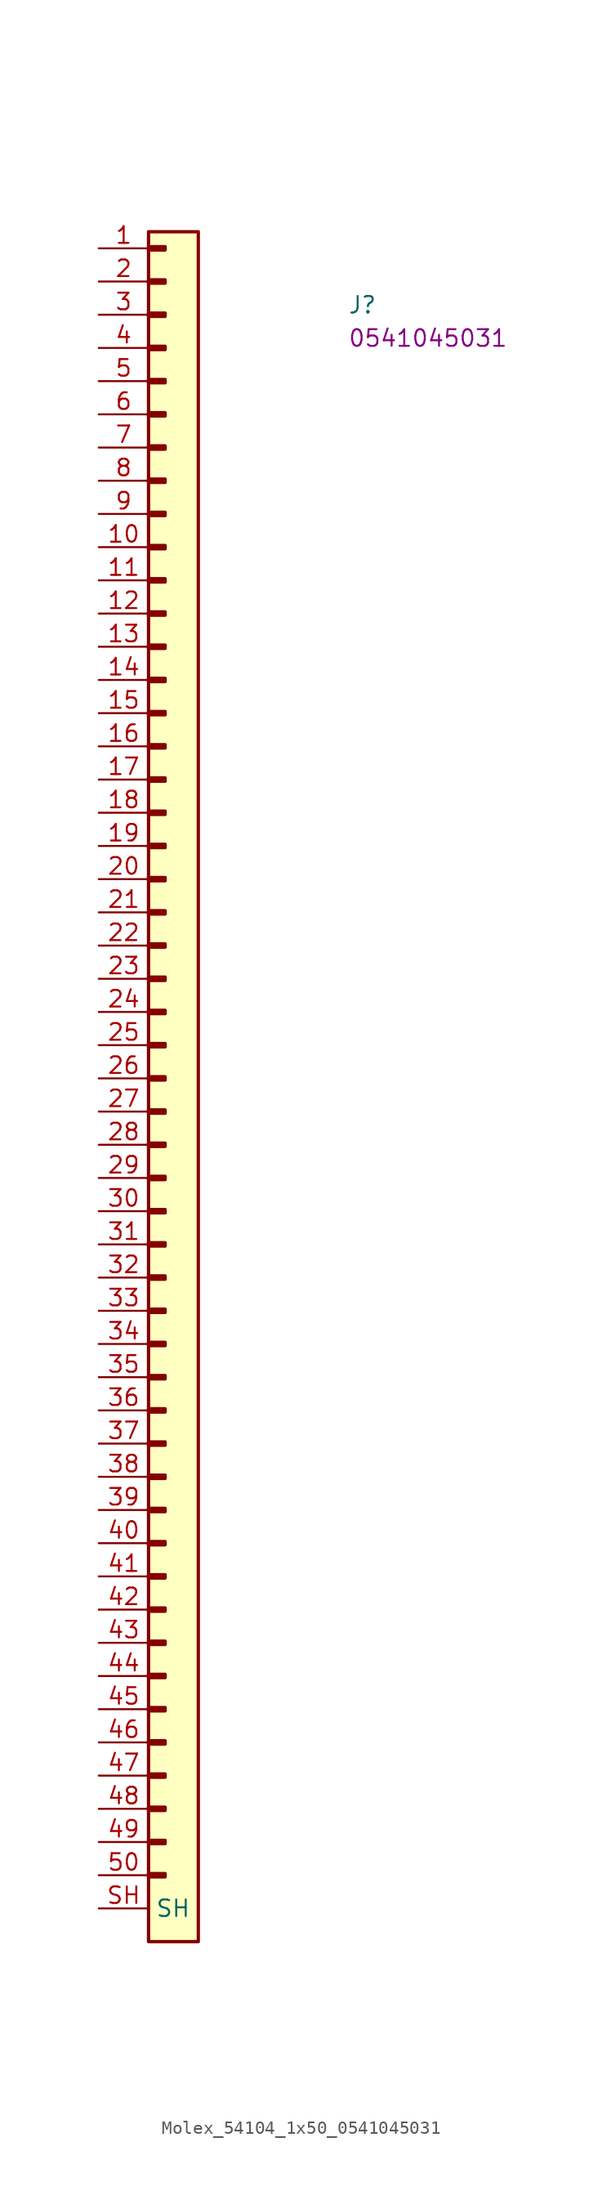
<source format=kicad_sym>
(kicad_symbol_lib
  (version 20220914)
  (generator kicad_symbol_editor)
  (symbol "Molex_54104_1x50_0541045031"
    (property "Reference" "J"
      (at 19.05 -5.08 0)
      (effects (font (size 1.27 1.27) (thickness 0.15)) (justify left bottom)))
    (property "MPN" "0541045031"
      (at 19.05 -7.62 0)
      (effects (font (size 1.27 1.27) (thickness 0.15)) (justify left bottom)))
    (symbol "Molex_54104_1x50_0541045031_1_1"
      (rectangle (start 3.81 -124.333) (end 5.08 -124.587) (stroke (width 0.254) (type default)) (fill (type background)))
      (rectangle (start 3.81 -121.793) (end 5.08 -122.047) (stroke (width 0.254) (type default)) (fill (type background)))
      (rectangle (start 3.81 -119.253) (end 5.08 -119.507) (stroke (width 0.254) (type default)) (fill (type background)))
      (rectangle (start 3.81 -116.713) (end 5.08 -116.967) (stroke (width 0.254) (type default)) (fill (type background)))
      (rectangle (start 3.81 -114.173) (end 5.08 -114.427) (stroke (width 0.254) (type default)) (fill (type background)))
      (rectangle (start 3.81 -111.633) (end 5.08 -111.887) (stroke (width 0.254) (type default)) (fill (type background)))
      (rectangle (start 3.81 -109.093) (end 5.08 -109.347) (stroke (width 0.254) (type default)) (fill (type background)))
      (rectangle (start 3.81 -106.553) (end 5.08 -106.807) (stroke (width 0.254) (type default)) (fill (type background)))
      (rectangle (start 3.81 -104.013) (end 5.08 -104.267) (stroke (width 0.254) (type default)) (fill (type background)))
      (rectangle (start 3.81 -101.473) (end 5.08 -101.727) (stroke (width 0.254) (type default)) (fill (type background)))
      (rectangle (start 3.81 -98.933) (end 5.08 -99.187) (stroke (width 0.254) (type default)) (fill (type background)))
      (rectangle (start 3.81 -96.393) (end 5.08 -96.647) (stroke (width 0.254) (type default)) (fill (type background)))
      (rectangle (start 3.81 -93.853) (end 5.08 -94.107) (stroke (width 0.254) (type default)) (fill (type background)))
      (rectangle (start 3.81 -91.313) (end 5.08 -91.567) (stroke (width 0.254) (type default)) (fill (type background)))
      (rectangle (start 3.81 -88.773) (end 5.08 -89.027) (stroke (width 0.254) (type default)) (fill (type background)))
      (rectangle (start 3.81 -86.233) (end 5.08 -86.487) (stroke (width 0.254) (type default)) (fill (type background)))
      (rectangle (start 3.81 -83.693) (end 5.08 -83.947) (stroke (width 0.254) (type default)) (fill (type background)))
      (rectangle (start 3.81 -81.153) (end 5.08 -81.407) (stroke (width 0.254) (type default)) (fill (type background)))
      (rectangle (start 3.81 -78.613) (end 5.08 -78.867) (stroke (width 0.254) (type default)) (fill (type background)))
      (rectangle (start 3.81 -76.073) (end 5.08 -76.327) (stroke (width 0.254) (type default)) (fill (type background)))
      (rectangle (start 3.81 -73.533) (end 5.08 -73.787) (stroke (width 0.254) (type default)) (fill (type background)))
      (rectangle (start 3.81 -70.993) (end 5.08 -71.247) (stroke (width 0.254) (type default)) (fill (type background)))
      (rectangle (start 3.81 -68.453) (end 5.08 -68.707) (stroke (width 0.254) (type default)) (fill (type background)))
      (rectangle (start 3.81 -65.913) (end 5.08 -66.167) (stroke (width 0.254) (type default)) (fill (type background)))
      (rectangle (start 3.81 -63.373) (end 5.08 -63.627) (stroke (width 0.254) (type default)) (fill (type background)))
      (rectangle (start 3.81 -60.833) (end 5.08 -61.087) (stroke (width 0.254) (type default)) (fill (type background)))
      (rectangle (start 3.81 -58.293) (end 5.08 -58.547) (stroke (width 0.254) (type default)) (fill (type background)))
      (rectangle (start 3.81 -55.753) (end 5.08 -56.007) (stroke (width 0.254) (type default)) (fill (type background)))
      (rectangle (start 3.81 -53.213) (end 5.08 -53.467) (stroke (width 0.254) (type default)) (fill (type background)))
      (rectangle (start 3.81 -50.673) (end 5.08 -50.927) (stroke (width 0.254) (type default)) (fill (type background)))
      (rectangle (start 3.81 -48.133) (end 5.08 -48.387) (stroke (width 0.254) (type default)) (fill (type background)))
      (rectangle (start 3.81 -45.593) (end 5.08 -45.847) (stroke (width 0.254) (type default)) (fill (type background)))
      (rectangle (start 3.81 -43.053) (end 5.08 -43.307) (stroke (width 0.254) (type default)) (fill (type background)))
      (rectangle (start 3.81 -40.513) (end 5.08 -40.767) (stroke (width 0.254) (type default)) (fill (type background)))
      (rectangle (start 3.81 -37.973) (end 5.08 -38.227) (stroke (width 0.254) (type default)) (fill (type background)))
      (rectangle (start 3.81 -35.433) (end 5.08 -35.687) (stroke (width 0.254) (type default)) (fill (type background)))
      (rectangle (start 3.81 -32.893) (end 5.08 -33.147) (stroke (width 0.254) (type default)) (fill (type background)))
      (rectangle (start 3.81 -30.353) (end 5.08 -30.607) (stroke (width 0.254) (type default)) (fill (type background)))
      (rectangle (start 3.81 -27.813) (end 5.08 -28.067) (stroke (width 0.254) (type default)) (fill (type background)))
      (rectangle (start 3.81 -25.273) (end 5.08 -25.527) (stroke (width 0.254) (type default)) (fill (type background)))
      (rectangle (start 3.81 -22.733) (end 5.08 -22.987) (stroke (width 0.254) (type default)) (fill (type background)))
      (rectangle (start 3.81 -20.193) (end 5.08 -20.447) (stroke (width 0.254) (type default)) (fill (type background)))
      (rectangle (start 3.81 -17.653) (end 5.08 -17.907) (stroke (width 0.254) (type default)) (fill (type background)))
      (rectangle (start 3.81 -15.113) (end 5.08 -15.367) (stroke (width 0.254) (type default)) (fill (type background)))
      (rectangle (start 3.81 -12.573) (end 5.08 -12.827) (stroke (width 0.254) (type default)) (fill (type background)))
      (rectangle (start 3.81 -10.033) (end 5.08 -10.287) (stroke (width 0.254) (type default)) (fill (type background)))
      (rectangle (start 3.81 -7.493) (end 5.08 -7.747) (stroke (width 0.254) (type default)) (fill (type background)))
      (rectangle (start 3.81 -4.953) (end 5.08 -5.207) (stroke (width 0.254) (type default)) (fill (type background)))
      (rectangle (start 3.81 -2.413) (end 5.08 -2.667) (stroke (width 0.254) (type default)) (fill (type background)))
      (rectangle (start 3.81 0.127) (end 5.08 -0.127) (stroke (width 0.254) (type default)) (fill (type background)))
      (rectangle (start 3.81 1.27) (end 7.62 -129.54) (stroke (width 0.254) (type default)) (fill (type background)))
      (pin passive line (at 0 0 0) (length 3.81) (name "~" (effects (font (size 1.27 1.27)))) (number "1" (effects (font (size 1.27 1.27)))))
      (pin passive line (at 0 -22.86 0) (length 3.81) (name "~" (effects (font (size 1.27 1.27)))) (number "10" (effects (font (size 1.27 1.27)))))
      (pin passive line (at 0 -25.4 0) (length 3.81) (name "~" (effects (font (size 1.27 1.27)))) (number "11" (effects (font (size 1.27 1.27)))))
      (pin passive line (at 0 -27.94 0) (length 3.81) (name "~" (effects (font (size 1.27 1.27)))) (number "12" (effects (font (size 1.27 1.27)))))
      (pin passive line (at 0 -30.48 0) (length 3.81) (name "~" (effects (font (size 1.27 1.27)))) (number "13" (effects (font (size 1.27 1.27)))))
      (pin passive line (at 0 -33.02 0) (length 3.81) (name "~" (effects (font (size 1.27 1.27)))) (number "14" (effects (font (size 1.27 1.27)))))
      (pin passive line (at 0 -35.56 0) (length 3.81) (name "~" (effects (font (size 1.27 1.27)))) (number "15" (effects (font (size 1.27 1.27)))))
      (pin passive line (at 0 -38.1 0) (length 3.81) (name "~" (effects (font (size 1.27 1.27)))) (number "16" (effects (font (size 1.27 1.27)))))
      (pin passive line (at 0 -40.64 0) (length 3.81) (name "~" (effects (font (size 1.27 1.27)))) (number "17" (effects (font (size 1.27 1.27)))))
      (pin passive line (at 0 -43.18 0) (length 3.81) (name "~" (effects (font (size 1.27 1.27)))) (number "18" (effects (font (size 1.27 1.27)))))
      (pin passive line (at 0 -45.72 0) (length 3.81) (name "~" (effects (font (size 1.27 1.27)))) (number "19" (effects (font (size 1.27 1.27)))))
      (pin passive line (at 0 -2.54 0) (length 3.81) (name "~" (effects (font (size 1.27 1.27)))) (number "2" (effects (font (size 1.27 1.27)))))
      (pin passive line (at 0 -48.26 0) (length 3.81) (name "~" (effects (font (size 1.27 1.27)))) (number "20" (effects (font (size 1.27 1.27)))))
      (pin passive line (at 0 -50.8 0) (length 3.81) (name "~" (effects (font (size 1.27 1.27)))) (number "21" (effects (font (size 1.27 1.27)))))
      (pin passive line (at 0 -53.34 0) (length 3.81) (name "~" (effects (font (size 1.27 1.27)))) (number "22" (effects (font (size 1.27 1.27)))))
      (pin passive line (at 0 -55.88 0) (length 3.81) (name "~" (effects (font (size 1.27 1.27)))) (number "23" (effects (font (size 1.27 1.27)))))
      (pin passive line (at 0 -58.42 0) (length 3.81) (name "~" (effects (font (size 1.27 1.27)))) (number "24" (effects (font (size 1.27 1.27)))))
      (pin passive line (at 0 -60.96 0) (length 3.81) (name "~" (effects (font (size 1.27 1.27)))) (number "25" (effects (font (size 1.27 1.27)))))
      (pin passive line (at 0 -63.5 0) (length 3.81) (name "~" (effects (font (size 1.27 1.27)))) (number "26" (effects (font (size 1.27 1.27)))))
      (pin passive line (at 0 -66.04 0) (length 3.81) (name "~" (effects (font (size 1.27 1.27)))) (number "27" (effects (font (size 1.27 1.27)))))
      (pin passive line (at 0 -68.58 0) (length 3.81) (name "~" (effects (font (size 1.27 1.27)))) (number "28" (effects (font (size 1.27 1.27)))))
      (pin passive line (at 0 -71.12 0) (length 3.81) (name "~" (effects (font (size 1.27 1.27)))) (number "29" (effects (font (size 1.27 1.27)))))
      (pin passive line (at 0 -5.08 0) (length 3.81) (name "~" (effects (font (size 1.27 1.27)))) (number "3" (effects (font (size 1.27 1.27)))))
      (pin passive line (at 0 -73.66 0) (length 3.81) (name "~" (effects (font (size 1.27 1.27)))) (number "30" (effects (font (size 1.27 1.27)))))
      (pin passive line (at 0 -76.2 0) (length 3.81) (name "~" (effects (font (size 1.27 1.27)))) (number "31" (effects (font (size 1.27 1.27)))))
      (pin passive line (at 0 -78.74 0) (length 3.81) (name "~" (effects (font (size 1.27 1.27)))) (number "32" (effects (font (size 1.27 1.27)))))
      (pin passive line (at 0 -81.28 0) (length 3.81) (name "~" (effects (font (size 1.27 1.27)))) (number "33" (effects (font (size 1.27 1.27)))))
      (pin passive line (at 0 -83.82 0) (length 3.81) (name "~" (effects (font (size 1.27 1.27)))) (number "34" (effects (font (size 1.27 1.27)))))
      (pin passive line (at 0 -86.36 0) (length 3.81) (name "~" (effects (font (size 1.27 1.27)))) (number "35" (effects (font (size 1.27 1.27)))))
      (pin passive line (at 0 -88.9 0) (length 3.81) (name "~" (effects (font (size 1.27 1.27)))) (number "36" (effects (font (size 1.27 1.27)))))
      (pin passive line (at 0 -91.44 0) (length 3.81) (name "~" (effects (font (size 1.27 1.27)))) (number "37" (effects (font (size 1.27 1.27)))))
      (pin passive line (at 0 -93.98 0) (length 3.81) (name "~" (effects (font (size 1.27 1.27)))) (number "38" (effects (font (size 1.27 1.27)))))
      (pin passive line (at 0 -96.52 0) (length 3.81) (name "~" (effects (font (size 1.27 1.27)))) (number "39" (effects (font (size 1.27 1.27)))))
      (pin passive line (at 0 -7.62 0) (length 3.81) (name "~" (effects (font (size 1.27 1.27)))) (number "4" (effects (font (size 1.27 1.27)))))
      (pin passive line (at 0 -99.06 0) (length 3.81) (name "~" (effects (font (size 1.27 1.27)))) (number "40" (effects (font (size 1.27 1.27)))))
      (pin passive line (at 0 -101.6 0) (length 3.81) (name "~" (effects (font (size 1.27 1.27)))) (number "41" (effects (font (size 1.27 1.27)))))
      (pin passive line (at 0 -104.14 0) (length 3.81) (name "~" (effects (font (size 1.27 1.27)))) (number "42" (effects (font (size 1.27 1.27)))))
      (pin passive line (at 0 -106.68 0) (length 3.81) (name "~" (effects (font (size 1.27 1.27)))) (number "43" (effects (font (size 1.27 1.27)))))
      (pin passive line (at 0 -109.22 0) (length 3.81) (name "~" (effects (font (size 1.27 1.27)))) (number "44" (effects (font (size 1.27 1.27)))))
      (pin passive line (at 0 -111.76 0) (length 3.81) (name "~" (effects (font (size 1.27 1.27)))) (number "45" (effects (font (size 1.27 1.27)))))
      (pin passive line (at 0 -114.3 0) (length 3.81) (name "~" (effects (font (size 1.27 1.27)))) (number "46" (effects (font (size 1.27 1.27)))))
      (pin passive line (at 0 -116.84 0) (length 3.81) (name "~" (effects (font (size 1.27 1.27)))) (number "47" (effects (font (size 1.27 1.27)))))
      (pin passive line (at 0 -119.38 0) (length 3.81) (name "~" (effects (font (size 1.27 1.27)))) (number "48" (effects (font (size 1.27 1.27)))))
      (pin passive line (at 0 -121.92 0) (length 3.81) (name "~" (effects (font (size 1.27 1.27)))) (number "49" (effects (font (size 1.27 1.27)))))
      (pin passive line (at 0 -10.16 0) (length 3.81) (name "~" (effects (font (size 1.27 1.27)))) (number "5" (effects (font (size 1.27 1.27)))))
      (pin passive line (at 0 -124.46 0) (length 3.81) (name "~" (effects (font (size 1.27 1.27)))) (number "50" (effects (font (size 1.27 1.27)))))
      (pin passive line (at 0 -12.7 0) (length 3.81) (name "~" (effects (font (size 1.27 1.27)))) (number "6" (effects (font (size 1.27 1.27)))))
      (pin passive line (at 0 -15.24 0) (length 3.81) (name "~" (effects (font (size 1.27 1.27)))) (number "7" (effects (font (size 1.27 1.27)))))
      (pin passive line (at 0 -17.78 0) (length 3.81) (name "~" (effects (font (size 1.27 1.27)))) (number "8" (effects (font (size 1.27 1.27)))))
      (pin passive line (at 0 -20.32 0) (length 3.81) (name "~" (effects (font (size 1.27 1.27)))) (number "9" (effects (font (size 1.27 1.27)))))
      (pin passive line (at 0 -127 0) (length 3.81) (name "SH" (effects (font (size 1.27 1.27)))) (number "SH" (effects (font (size 1.27 1.27))))))))
</source>
